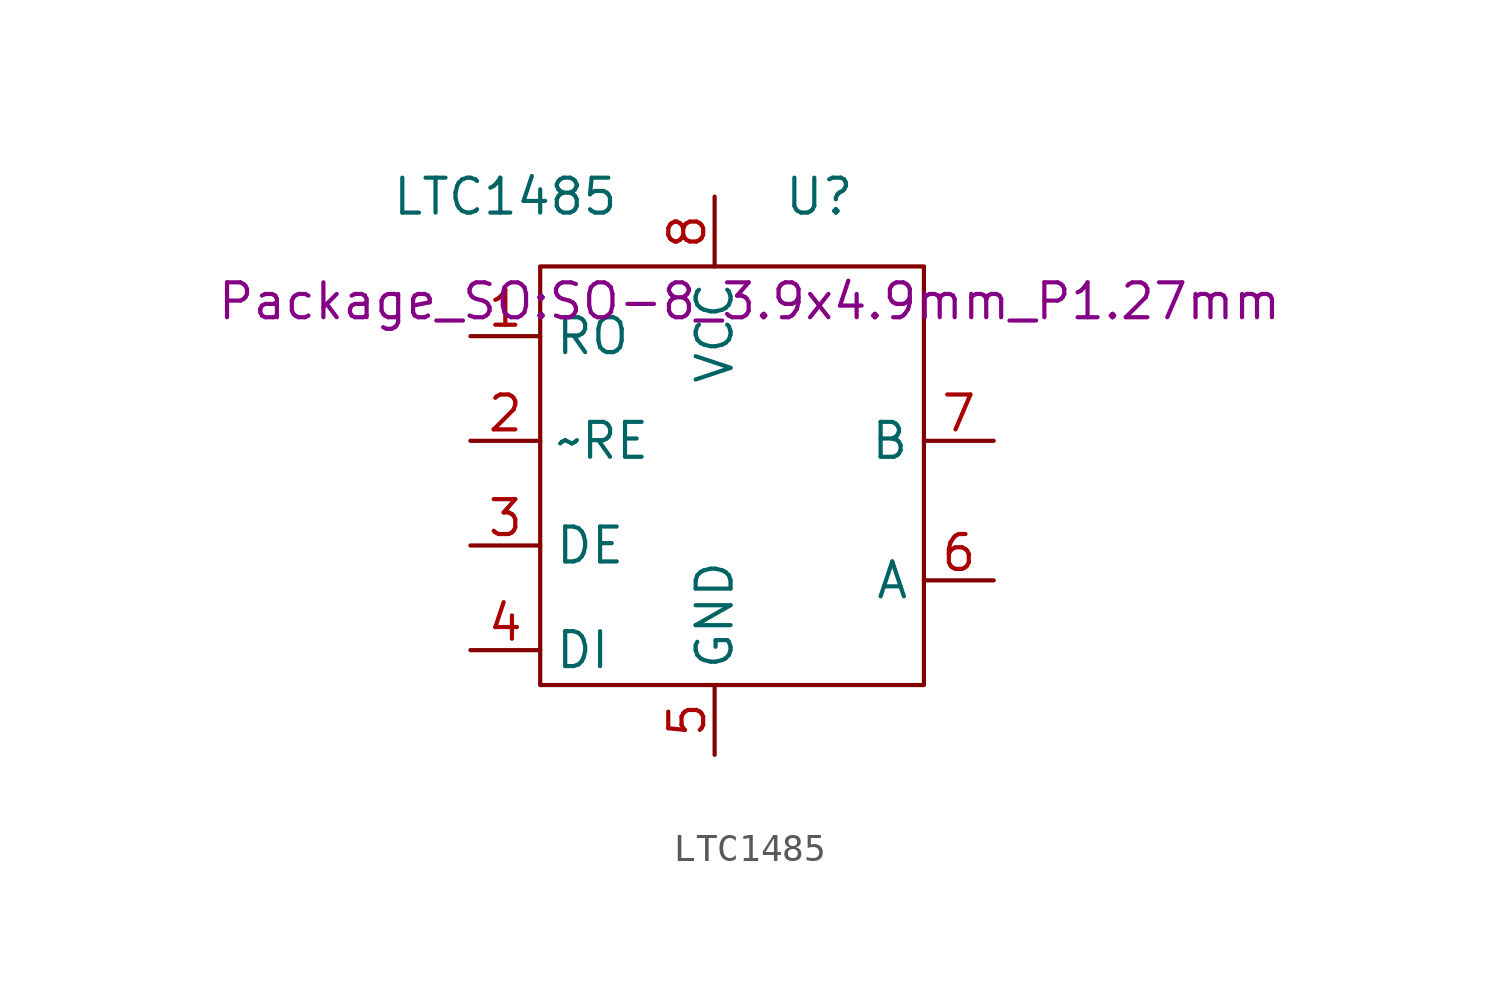
<source format=kicad_sym>
(kicad_symbol_lib
  (version 20211014)
  (generator kicad_symbol_editor)
  (symbol "LTC1485"
    (property "Reference" "U"
      (at 2.54 3.81 0)
      (effects (font (size 1.27 1.27))))
    (property "Value" "LTC1485"
      (at -8.89 3.81 0)
      (effects (font (size 1.27 1.27))))
    (property "Footprint" "Package_SO:SO-8_3.9x4.9mm_P1.27mm"
      (at 0 0 0)
      (effects (font (size 1.27 1.27))))
    (symbol "LTC1485_0_1"
      (rectangle (start -7.62 1.27) (end 6.35 -13.97) (stroke (width 0) (type default) (color 0 0 0 0)) (fill (type none))))
    (symbol "LTC1485_1_1"
      (pin output line (at -10.16 -1.27 0) (length 2.54) (name "RO" (effects (font (size 1.27 1.27)))) (number "1" (effects (font (size 1.27 1.27)))))
      (pin input line (at -10.16 -5.08 0) (length 2.54) (name "~RE" (effects (font (size 1.27 1.27)))) (number "2" (effects (font (size 1.27 1.27)))))
      (pin input line (at -10.16 -8.89 0) (length 2.54) (name "DE" (effects (font (size 1.27 1.27)))) (number "3" (effects (font (size 1.27 1.27)))))
      (pin input line (at -10.16 -12.7 0) (length 2.54) (name "DI" (effects (font (size 1.27 1.27)))) (number "4" (effects (font (size 1.27 1.27)))))
      (pin power_in line (at -1.27 -16.51 90) (length 2.54) (name "GND" (effects (font (size 1.27 1.27)))) (number "5" (effects (font (size 1.27 1.27)))))
      (pin bidirectional line (at 8.89 -10.16 180) (length 2.54) (name "A" (effects (font (size 1.27 1.27)))) (number "6" (effects (font (size 1.27 1.27)))))
      (pin bidirectional line (at 8.89 -5.08 180) (length 2.54) (name "B" (effects (font (size 1.27 1.27)))) (number "7" (effects (font (size 1.27 1.27)))))
      (pin power_in line (at -1.27 3.81 270) (length 2.54) (name "VCC" (effects (font (size 1.27 1.27)))) (number "8" (effects (font (size 1.27 1.27))))))))
</source>
